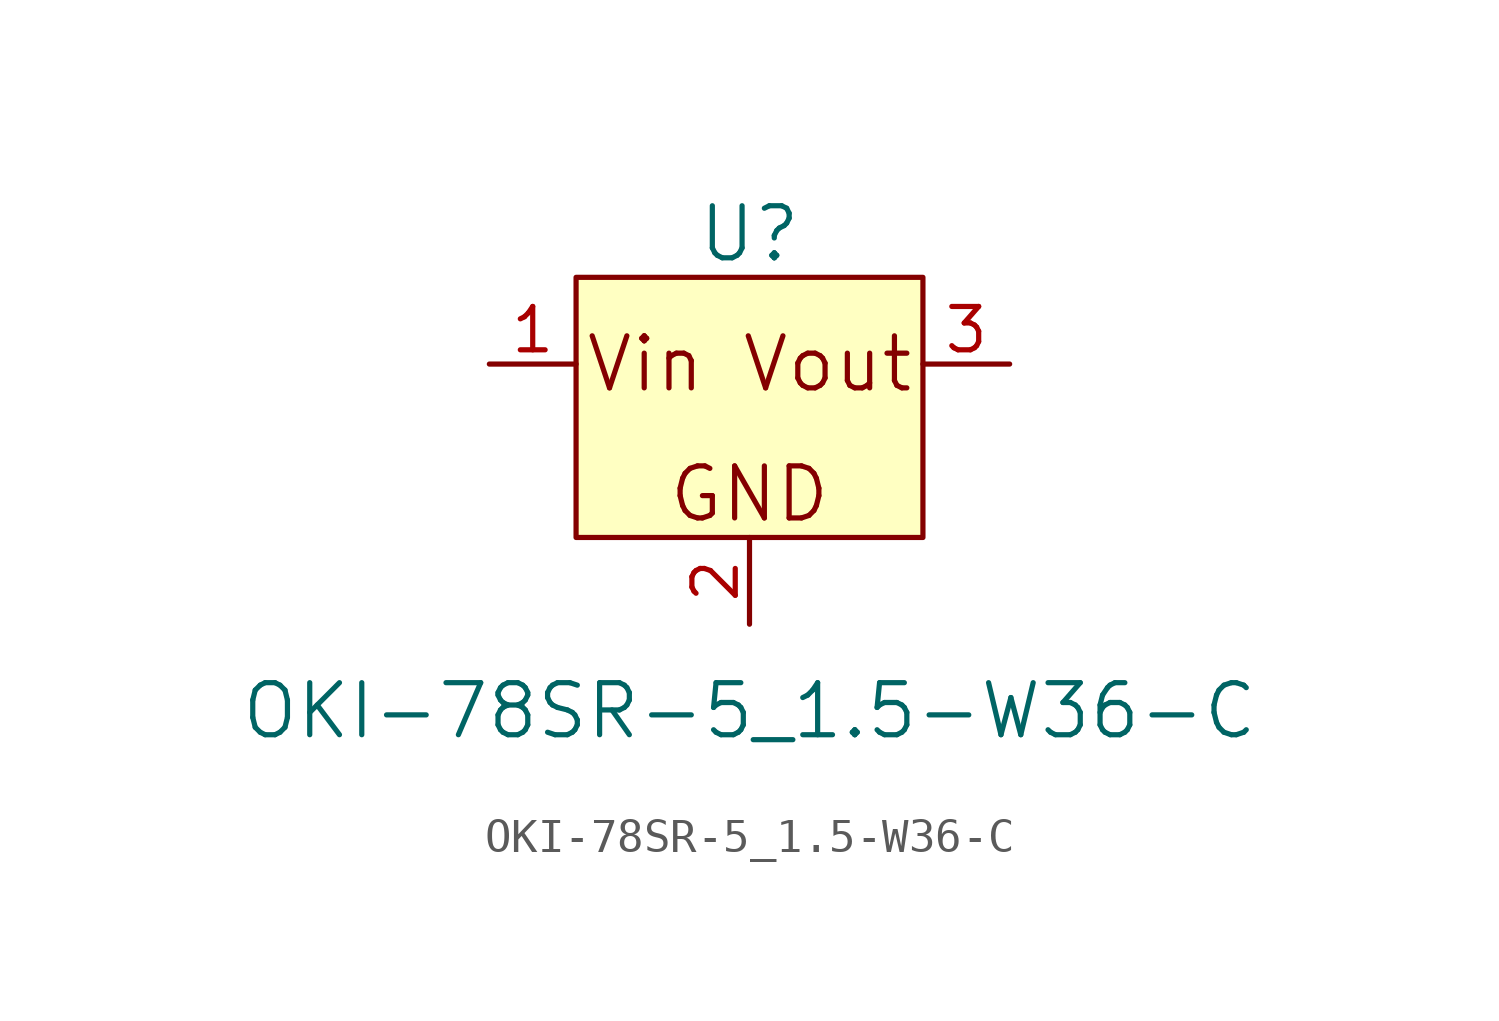
<source format=kicad_sym>
(kicad_symbol_lib
  (version 20220914)
  (generator kicad_symbol_editor)
  (symbol "OKI-78SR-5_1.5-W36-C"
    (pin_names
      (offset 0) hide)
    (property "Reference" "U"
      (at 0 3.81 0)
      (effects (font (size 1.524 1.524))))
    (property "Value" "OKI-78SR-5_1.5-W36-C"
      (at 0 -10.16 0)
      (effects (font (size 1.524 1.524))))
    (symbol "OKI-78SR-5_1.5-W36-C_0_0"
      (text "GND" (at 0 -3.81 0) (effects (font (size 1.524 1.524))))
      (text "Vin" (at -3.048 0 0) (effects (font (size 1.524 1.524))))
      (text "Vout" (at 2.286 0 0) (effects (font (size 1.524 1.524)))))
    (symbol "OKI-78SR-5_1.5-W36-C_0_1"
      (rectangle (start -5.08 -5.08) (end 5.08 2.54) (stroke (width 0) (type default)) (fill (type background))))
    (symbol "OKI-78SR-5_1.5-W36-C_1_1"
      (pin input line (at -7.62 0 0) (length 2.54) (name "Vin" (effects (font (size 1.27 1.27)))) (number "1" (effects (font (size 1.27 1.27)))))
      (pin input line (at 0 -7.62 90) (length 2.54) (name "GND" (effects (font (size 1.27 1.27)))) (number "2" (effects (font (size 1.27 1.27)))))
      (pin input line (at 7.62 0 180) (length 2.54) (name "Vout" (effects (font (size 1.27 1.27)))) (number "3" (effects (font (size 1.27 1.27))))))))
</source>
